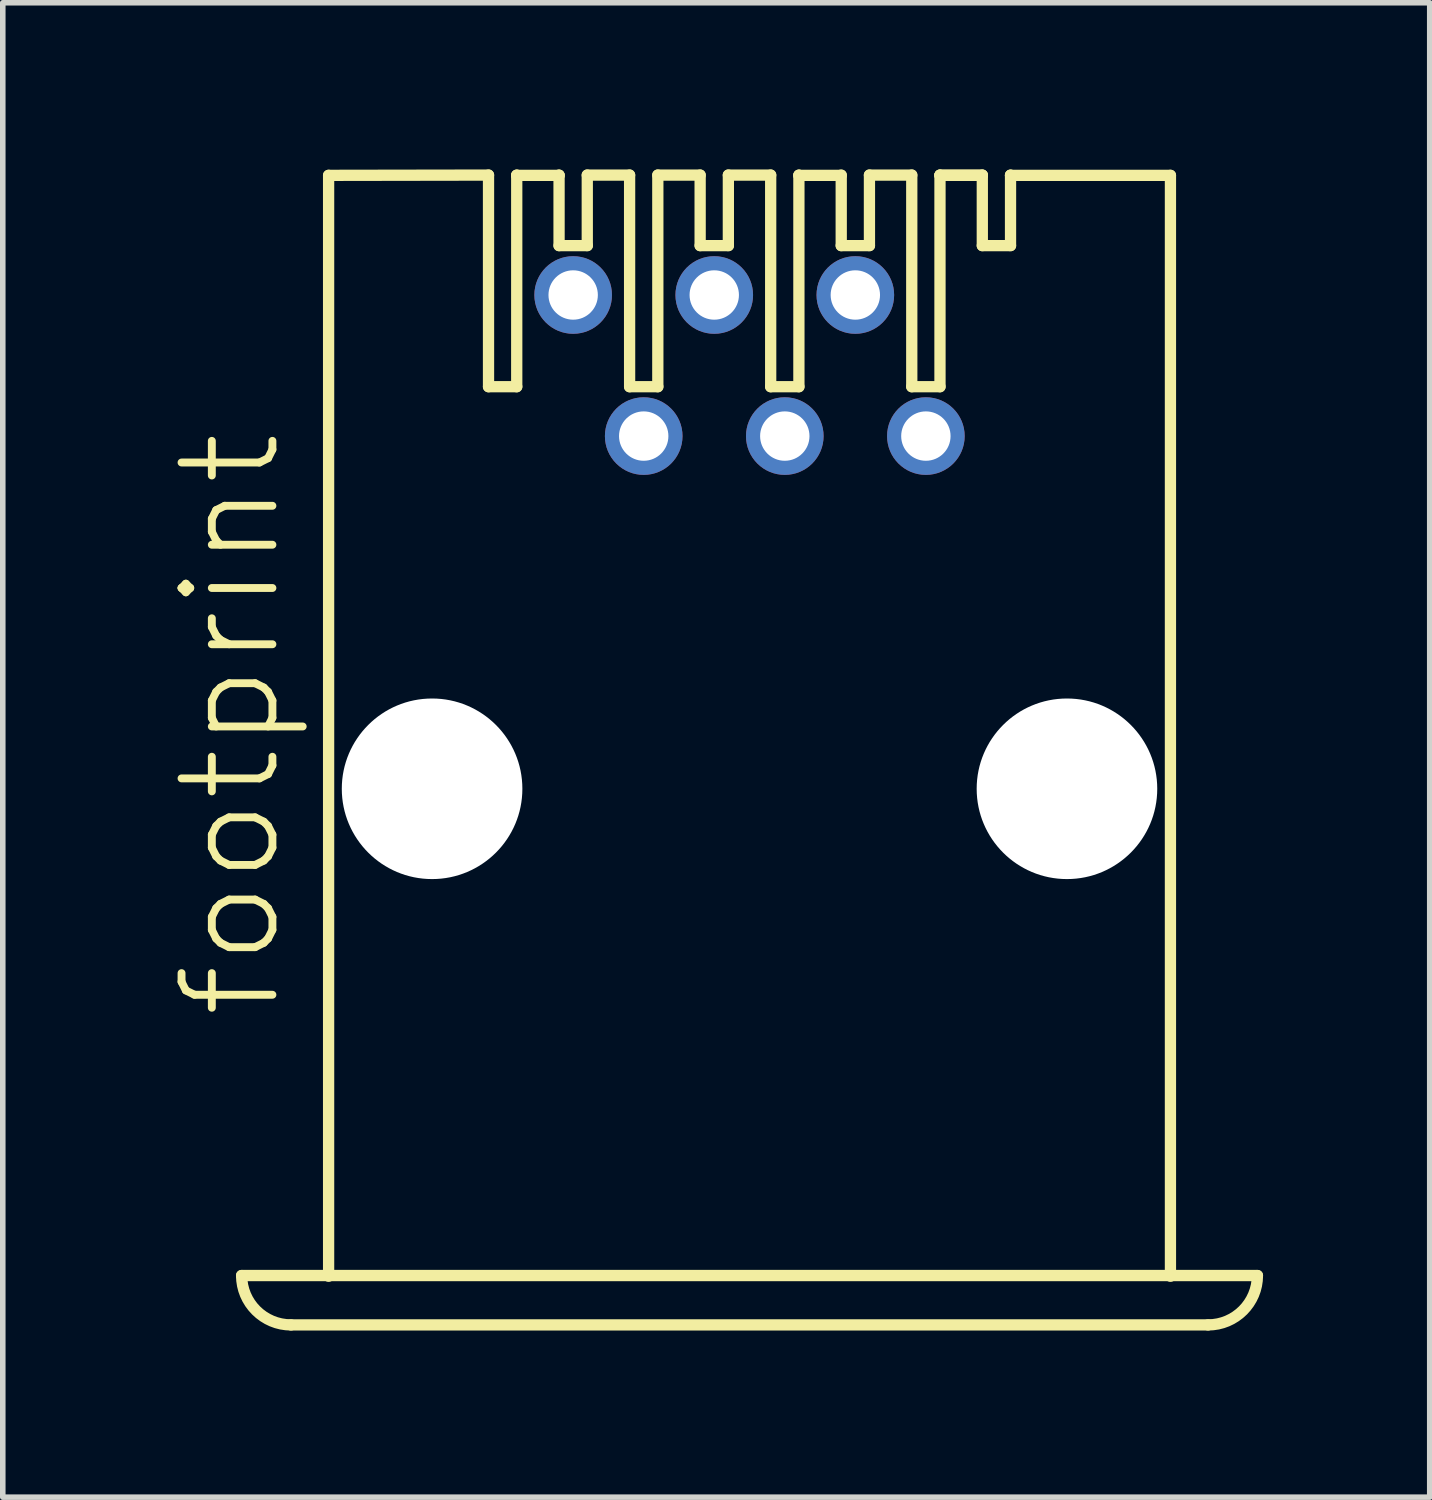
<source format=kicad_pcb>
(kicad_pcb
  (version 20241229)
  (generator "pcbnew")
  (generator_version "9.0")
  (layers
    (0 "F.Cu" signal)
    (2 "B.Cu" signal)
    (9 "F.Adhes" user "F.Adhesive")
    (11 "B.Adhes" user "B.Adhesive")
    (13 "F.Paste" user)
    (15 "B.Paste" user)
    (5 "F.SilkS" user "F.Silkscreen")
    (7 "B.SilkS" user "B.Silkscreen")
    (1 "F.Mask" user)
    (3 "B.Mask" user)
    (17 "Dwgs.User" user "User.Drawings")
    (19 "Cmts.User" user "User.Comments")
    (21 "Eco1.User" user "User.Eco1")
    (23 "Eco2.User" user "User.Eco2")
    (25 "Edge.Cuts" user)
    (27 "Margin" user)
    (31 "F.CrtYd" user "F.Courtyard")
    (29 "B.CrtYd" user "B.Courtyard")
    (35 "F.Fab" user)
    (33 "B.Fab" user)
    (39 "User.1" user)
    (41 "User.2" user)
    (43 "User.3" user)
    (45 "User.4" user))
  (footprint "footprint"
    (layer "F.Cu")
    (at 10.444 11.151)
    (property "Reference" "footprint" (at -8.382 4.191 90) (layer "F.SilkS") (effects (font (size 1.636 1.636) (thickness 0.142)) (justify left bottom)))
    (fp_line (start -7.578 -11.044) (end -4.699 -11.049) (stroke (width 0.203) (type solid)) (layer "F.SilkS"))
    (fp_line (start -7.578 8.776) (end -7.578 -11.044) (stroke (width 0.203) (type solid)) (layer "F.SilkS"))
    (fp_line (start -4.699 -11.049) (end -4.699 -7.239) (stroke (width 0.203) (type solid)) (layer "F.SilkS"))
    (fp_line (start -4.699 -7.239) (end -4.191 -7.239) (stroke (width 0.203) (type solid)) (layer "F.SilkS"))
    (fp_line (start -4.191 -11.049) (end -4.191 -11.044) (stroke (width 0.203) (type solid)) (layer "F.SilkS"))
    (fp_line (start -4.191 -11.044) (end -4.191 -7.239) (stroke (width 0.203) (type solid)) (layer "F.SilkS"))
    (fp_line (start -4.191 -11.044) (end -3.429 -11.044) (stroke (width 0.203) (type solid)) (layer "F.SilkS"))
    (fp_line (start -3.429 -11.049) (end -3.429 -11.044) (stroke (width 0.203) (type solid)) (layer "F.SilkS"))
    (fp_line (start -3.429 -11.044) (end -3.429 -9.779) (stroke (width 0.203) (type solid)) (layer "F.SilkS"))
    (fp_line (start -3.429 -9.779) (end -2.921 -9.779) (stroke (width 0.203) (type solid)) (layer "F.SilkS"))
    (fp_line (start -2.921 -11.049) (end -2.921 -9.779) (stroke (width 0.203) (type solid)) (layer "F.SilkS"))
    (fp_line (start -2.921 -11.049) (end -2.159 -11.049) (stroke (width 0.203) (type solid)) (layer "F.SilkS"))
    (fp_line (start -2.159 -11.049) (end -2.159 -7.239) (stroke (width 0.203) (type solid)) (layer "F.SilkS"))
    (fp_line (start -2.159 -7.239) (end -1.651 -7.239) (stroke (width 0.203) (type solid)) (layer "F.SilkS"))
    (fp_line (start -1.651 -11.049) (end -1.651 -7.239) (stroke (width 0.203) (type solid)) (layer "F.SilkS"))
    (fp_line (start -1.651 -11.049) (end -0.889 -11.049) (stroke (width 0.203) (type solid)) (layer "F.SilkS"))
    (fp_line (start -0.889 -11.049) (end -0.889 -9.779) (stroke (width 0.203) (type solid)) (layer "F.SilkS"))
    (fp_line (start -0.889 -9.779) (end -0.381 -9.779) (stroke (width 0.203) (type solid)) (layer "F.SilkS"))
    (fp_line (start -0.381 -11.049) (end -0.381 -9.779) (stroke (width 0.203) (type solid)) (layer "F.SilkS"))
    (fp_line (start -0.381 -11.049) (end 0.381 -11.049) (stroke (width 0.203) (type solid)) (layer "F.SilkS"))
    (fp_line (start 0.381 -11.049) (end 0.381 -7.239) (stroke (width 0.203) (type solid)) (layer "F.SilkS"))
    (fp_line (start 0.381 -7.239) (end 0.889 -7.239) (stroke (width 0.203) (type solid)) (layer "F.SilkS"))
    (fp_line (start 0.889 -11.049) (end 0.889 -11.044) (stroke (width 0.203) (type solid)) (layer "F.SilkS"))
    (fp_line (start 0.889 -11.044) (end 0.889 -7.239) (stroke (width 0.203) (type solid)) (layer "F.SilkS"))
    (fp_line (start 0.889 -11.044) (end 1.651 -11.044) (stroke (width 0.203) (type solid)) (layer "F.SilkS"))
    (fp_line (start 1.651 -11.049) (end 1.651 -9.779) (stroke (width 0.203) (type solid)) (layer "F.SilkS"))
    (fp_line (start 1.651 -9.779) (end 2.159 -9.779) (stroke (width 0.203) (type solid)) (layer "F.SilkS"))
    (fp_line (start 2.159 -11.049) (end 2.159 -9.779) (stroke (width 0.203) (type solid)) (layer "F.SilkS"))
    (fp_line (start 2.159 -11.049) (end 2.921 -11.049) (stroke (width 0.203) (type solid)) (layer "F.SilkS"))
    (fp_line (start 2.921 -11.049) (end 2.921 -7.239) (stroke (width 0.203) (type solid)) (layer "F.SilkS"))
    (fp_line (start 2.921 -7.239) (end 3.429 -7.239) (stroke (width 0.203) (type solid)) (layer "F.SilkS"))
    (fp_line (start 3.429 -11.049) (end 3.429 -11.044) (stroke (width 0.203) (type solid)) (layer "F.SilkS"))
    (fp_line (start 3.429 -11.049) (end 4.191 -11.049) (stroke (width 0.203) (type solid)) (layer "F.SilkS"))
    (fp_line (start 3.429 -11.044) (end 3.429 -7.239) (stroke (width 0.203) (type solid)) (layer "F.SilkS"))
    (fp_line (start 3.429 -11.044) (end 4.191 -11.044) (stroke (width 0.203) (type solid)) (layer "F.SilkS"))
    (fp_line (start 4.191 -11.049) (end 4.191 -9.779) (stroke (width 0.203) (type solid)) (layer "F.SilkS"))
    (fp_line (start 4.191 -9.779) (end 4.699 -9.779) (stroke (width 0.203) (type solid)) (layer "F.SilkS"))
    (fp_line (start 4.699 -11.049) (end 4.699 -11.044) (stroke (width 0.203) (type solid)) (layer "F.SilkS"))
    (fp_line (start 4.699 -11.044) (end 4.699 -9.779) (stroke (width 0.203) (type solid)) (layer "F.SilkS"))
    (fp_line (start 4.699 -11.044) (end 7.578 -11.044) (stroke (width 0.203) (type solid)) (layer "F.SilkS"))
    (fp_line (start 7.578 -11.044) (end 7.578 8.776) (stroke (width 0.203) (type solid)) (layer "F.SilkS"))
    (fp_line (start 8.255 9.652) (end -8.255 9.652) (stroke (width 0.203) (type solid)) (layer "F.SilkS"))
    (fp_line (start 9.144 8.763) (end -9.144 8.763) (stroke (width 0.203) (type solid)) (layer "F.SilkS"))
    (fp_arc (start -8.255 9.652) (mid -8.883618 9.391618) (end -9.144 8.763) (stroke (width 0.2032) (type solid)) (layer "F.SilkS"))
    (fp_arc (start 9.144 8.763) (mid 8.883618 9.391618) (end 8.255 9.652) (stroke (width 0.2032) (type solid)) (layer "F.SilkS"))
    (pad "" np_thru_hole circle (at -5.715 0) (size 3.251 3.251) (drill 3.251) (layers "*.Cu" "*.Mask"))
    (pad "" np_thru_hole circle (at 5.715 0) (size 3.251 3.251) (drill 3.251) (layers "*.Cu" "*.Mask"))
    (pad "1" thru_hole circle (at -3.175 -8.89) (size 1.397 1.397) (drill 0.889) (layers "*.Cu" "*.Mask"))
    (pad "2" thru_hole circle (at -1.905 -6.35) (size 1.397 1.397) (drill 0.889) (layers "*.Cu" "*.Mask"))
    (pad "3" thru_hole circle (at -0.635 -8.89) (size 1.397 1.397) (drill 0.889) (layers "*.Cu" "*.Mask"))
    (pad "4" thru_hole circle (at 0.635 -6.35) (size 1.397 1.397) (drill 0.889) (layers "*.Cu" "*.Mask"))
    (pad "5" thru_hole circle (at 1.905 -8.89) (size 1.397 1.397) (drill 0.889) (layers "*.Cu" "*.Mask"))
    (pad "6" thru_hole circle (at 3.175 -6.35) (size 1.397 1.397) (drill 0.889) (layers "*.Cu" "*.Mask")))
  (gr_rect
    (start -3 -3)
    (end 22.69 23.904)
    (stroke (width 0.1) (type default))
    (fill no)
    (layer "Edge.Cuts")))
</source>
